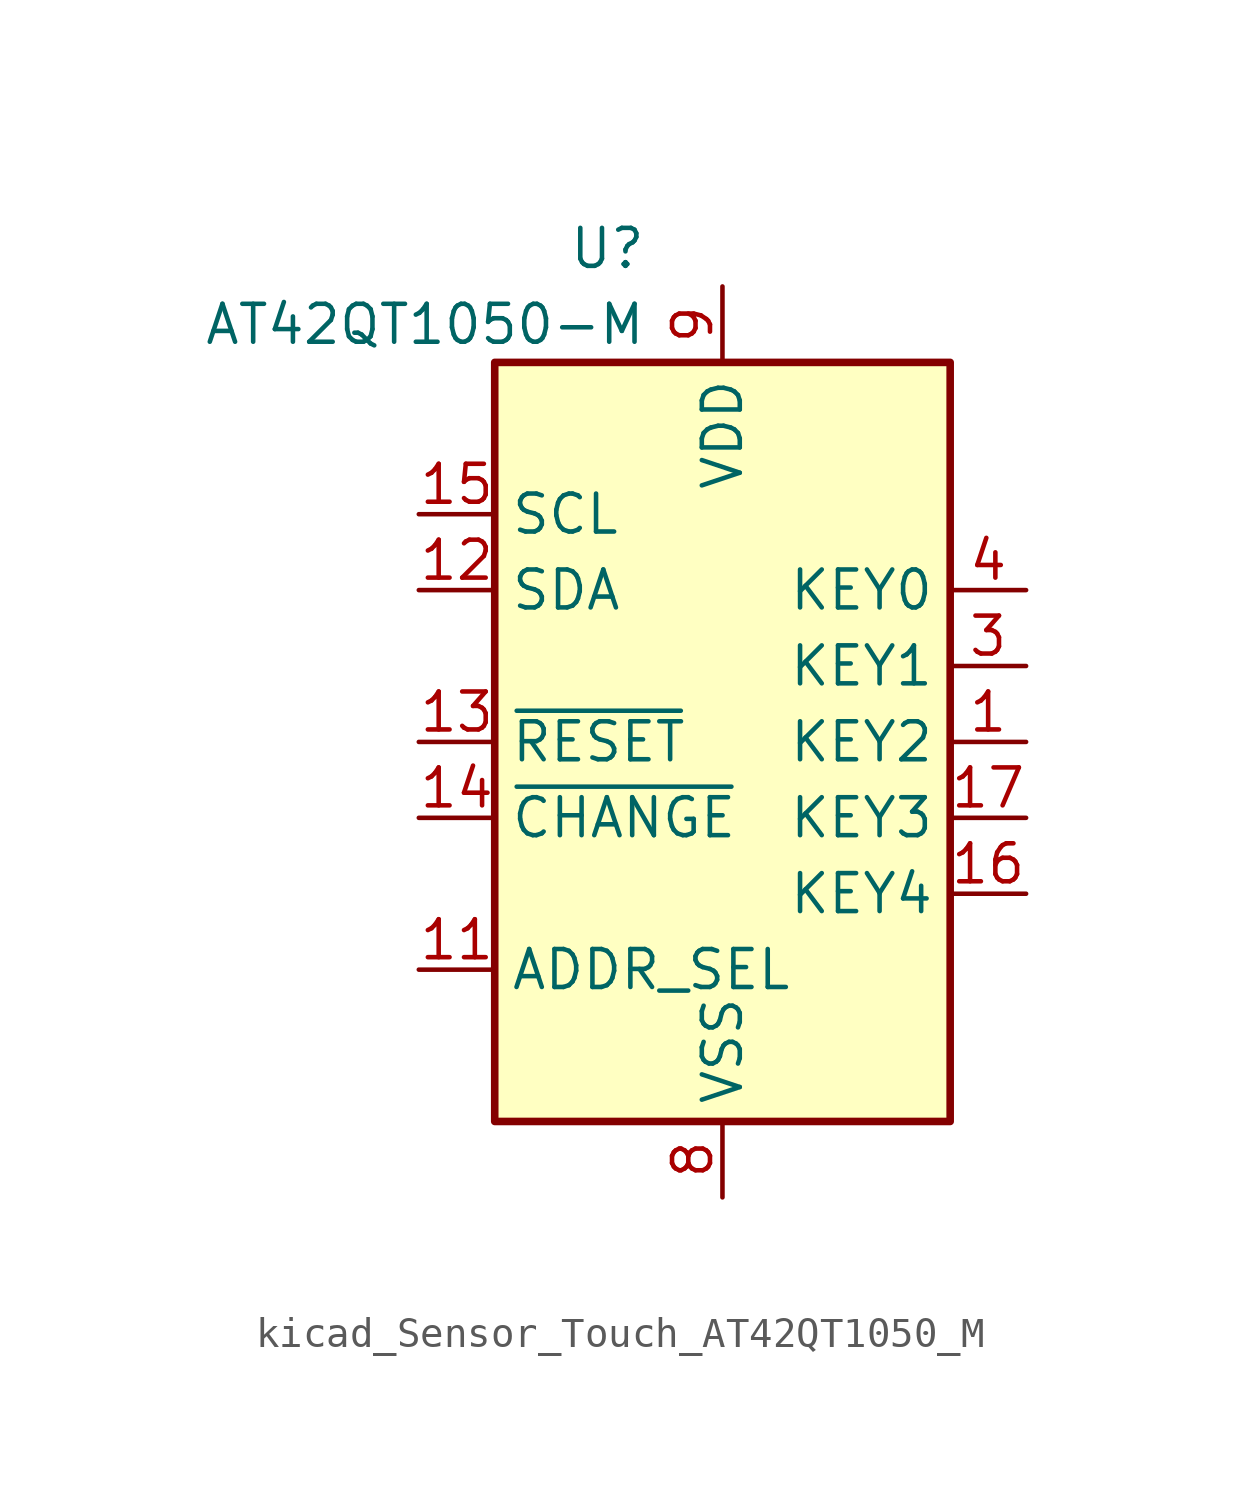
<source format=kicad_sym>
(kicad_symbol_lib
  (version 20220914)
  (generator kicad_symbol_editor)
  (symbol "kicad_Sensor_Touch_AT42QT1050_M"
    (property "Reference" "U"
      (at -2.54 16.51 0)
      (effects (font (size 1.27 1.27)) (justify right)))
    (property "Value" "AT42QT1050-M"
      (at -2.54 13.97 0)
      (effects (font (size 1.27 1.27)) (justify right)))
    (symbol "kicad_Sensor_Touch_AT42QT1050_M_0_1"
      (rectangle (start -7.62 12.7) (end 7.62 -12.7) (stroke (width 0.254) (type default)) (fill (type background))))
    (symbol "kicad_Sensor_Touch_AT42QT1050_M_1_1"
      (pin passive line (at 10.16 0 180) (length 2.54) (name "KEY2" (effects (font (size 1.27 1.27)))) (number "1" (effects (font (size 1.27 1.27)))))
      (pin no_connect line (at 7.62 10.16 180) (length 2.54) hide (name "NC" (effects (font (size 1.27 1.27)))) (number "10" (effects (font (size 1.27 1.27)))))
      (pin input line (at -10.16 -7.62 0) (length 2.54) (name "ADDR_SEL" (effects (font (size 1.27 1.27)))) (number "11" (effects (font (size 1.27 1.27)))))
      (pin bidirectional line (at -10.16 5.08 0) (length 2.54) (name "SDA" (effects (font (size 1.27 1.27)))) (number "12" (effects (font (size 1.27 1.27)))))
      (pin input line (at -10.16 0 0) (length 2.54) (name "~{RESET}" (effects (font (size 1.27 1.27)))) (number "13" (effects (font (size 1.27 1.27)))))
      (pin open_collector line (at -10.16 -2.54 0) (length 2.54) (name "~{CHANGE}" (effects (font (size 1.27 1.27)))) (number "14" (effects (font (size 1.27 1.27)))))
      (pin input line (at -10.16 7.62 0) (length 2.54) (name "SCL" (effects (font (size 1.27 1.27)))) (number "15" (effects (font (size 1.27 1.27)))))
      (pin passive line (at 10.16 -5.08 180) (length 2.54) (name "KEY4" (effects (font (size 1.27 1.27)))) (number "16" (effects (font (size 1.27 1.27)))))
      (pin passive line (at 10.16 -2.54 180) (length 2.54) (name "KEY3" (effects (font (size 1.27 1.27)))) (number "17" (effects (font (size 1.27 1.27)))))
      (pin no_connect line (at 7.62 7.62 180) (length 2.54) hide (name "NC" (effects (font (size 1.27 1.27)))) (number "18" (effects (font (size 1.27 1.27)))))
      (pin no_connect line (at 7.62 -7.62 180) (length 2.54) hide (name "NC" (effects (font (size 1.27 1.27)))) (number "19" (effects (font (size 1.27 1.27)))))
      (pin no_connect line (at -7.62 10.16 0) (length 2.54) hide (name "NC" (effects (font (size 1.27 1.27)))) (number "2" (effects (font (size 1.27 1.27)))))
      (pin no_connect line (at 7.62 -10.16 180) (length 2.54) hide (name "NC" (effects (font (size 1.27 1.27)))) (number "20" (effects (font (size 1.27 1.27)))))
      (pin passive line (at 0 -15.24 90) (length 2.54) hide (name "VSS" (effects (font (size 1.27 1.27)))) (number "21" (effects (font (size 1.27 1.27)))))
      (pin passive line (at 10.16 2.54 180) (length 2.54) (name "KEY1" (effects (font (size 1.27 1.27)))) (number "3" (effects (font (size 1.27 1.27)))))
      (pin passive line (at 10.16 5.08 180) (length 2.54) (name "KEY0" (effects (font (size 1.27 1.27)))) (number "4" (effects (font (size 1.27 1.27)))))
      (pin no_connect line (at -7.62 2.54 0) (length 2.54) hide (name "NC" (effects (font (size 1.27 1.27)))) (number "5" (effects (font (size 1.27 1.27)))))
      (pin no_connect line (at -7.62 -5.08 0) (length 2.54) hide (name "NC" (effects (font (size 1.27 1.27)))) (number "6" (effects (font (size 1.27 1.27)))))
      (pin no_connect line (at -7.62 -10.16 0) (length 2.54) hide (name "NC" (effects (font (size 1.27 1.27)))) (number "7" (effects (font (size 1.27 1.27)))))
      (pin power_in line (at 0 -15.24 90) (length 2.54) (name "VSS" (effects (font (size 1.27 1.27)))) (number "8" (effects (font (size 1.27 1.27)))))
      (pin power_in line (at 0 15.24 270) (length 2.54) (name "VDD" (effects (font (size 1.27 1.27)))) (number "9" (effects (font (size 1.27 1.27))))))))
</source>
